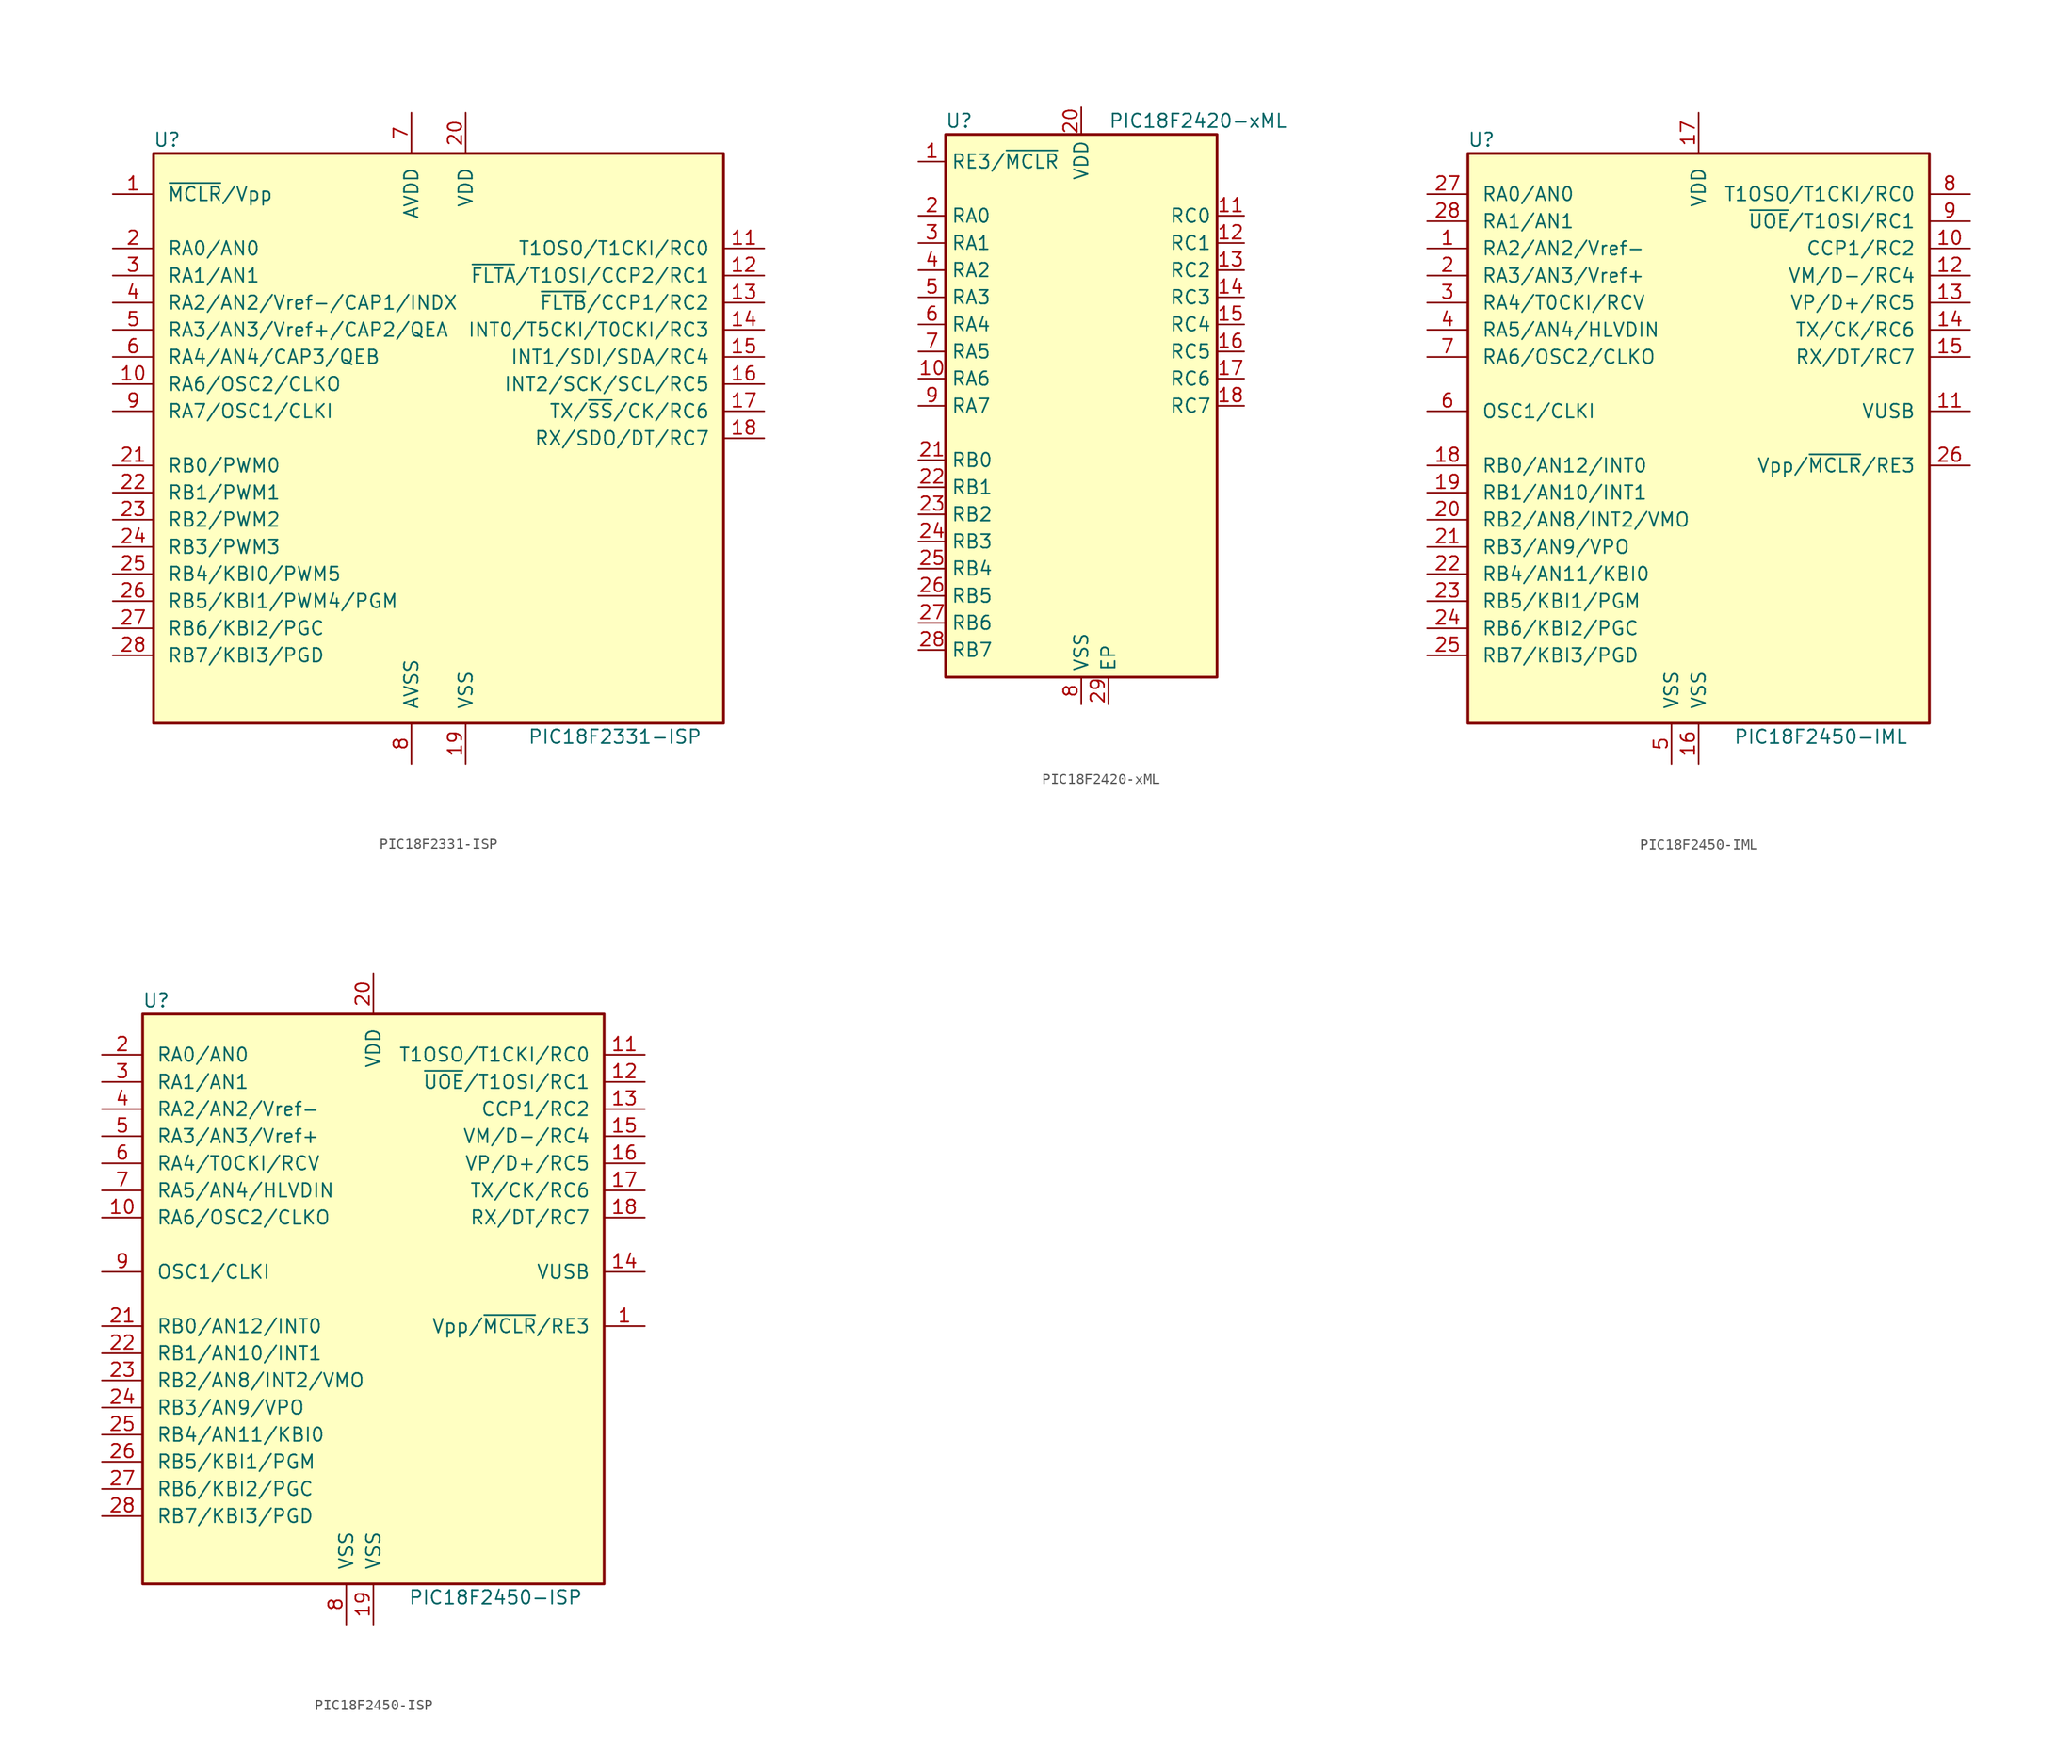
<source format=kicad_sym>
(kicad_symbol_lib
  (version 20211014)
  (generator kicad_symbol_editor)
  (symbol "PIC18F2331-ISP"
    (pin_names
      (offset 1.27))
    (property "Reference" "U"
      (at -25.4 27.94 0)
      (effects (font (size 1.27 1.27))))
    (property "Value" "PIC18F2331-ISP"
      (at 16.51 -27.94 0)
      (effects (font (size 1.27 1.27))))
    (symbol "PIC18F2331-ISP_0_1"
      (rectangle (start -26.67 26.67) (end 26.67 -26.67) (stroke (width 0.254) (type default) (color 0 0 0 0)) (fill (type background))))
    (symbol "PIC18F2331-ISP_1_1"
      (pin input line (at -30.48 22.86 0) (length 3.81) (name "~{MCLR}/Vpp" (effects (font (size 1.27 1.27)))) (number "1" (effects (font (size 1.27 1.27)))))
      (pin bidirectional line (at -30.48 5.08 0) (length 3.81) (name "RA6/OSC2/CLKO" (effects (font (size 1.27 1.27)))) (number "10" (effects (font (size 1.27 1.27)))))
      (pin bidirectional line (at 30.48 17.78 180) (length 3.81) (name "T1OSO/T1CKI/RC0" (effects (font (size 1.27 1.27)))) (number "11" (effects (font (size 1.27 1.27)))))
      (pin bidirectional line (at 30.48 15.24 180) (length 3.81) (name "~{FLTA}/T1OSI/CCP2/RC1" (effects (font (size 1.27 1.27)))) (number "12" (effects (font (size 1.27 1.27)))))
      (pin bidirectional line (at 30.48 12.7 180) (length 3.81) (name "~{FLTB}/CCP1/RC2" (effects (font (size 1.27 1.27)))) (number "13" (effects (font (size 1.27 1.27)))))
      (pin bidirectional line (at 30.48 10.16 180) (length 3.81) (name "INT0/T5CKI/T0CKI/RC3" (effects (font (size 1.27 1.27)))) (number "14" (effects (font (size 1.27 1.27)))))
      (pin bidirectional line (at 30.48 7.62 180) (length 3.81) (name "INT1/SDI/SDA/RC4" (effects (font (size 1.27 1.27)))) (number "15" (effects (font (size 1.27 1.27)))))
      (pin bidirectional line (at 30.48 5.08 180) (length 3.81) (name "INT2/SCK/SCL/RC5" (effects (font (size 1.27 1.27)))) (number "16" (effects (font (size 1.27 1.27)))))
      (pin bidirectional line (at 30.48 2.54 180) (length 3.81) (name "TX/~{SS}/CK/RC6" (effects (font (size 1.27 1.27)))) (number "17" (effects (font (size 1.27 1.27)))))
      (pin bidirectional line (at 30.48 0 180) (length 3.81) (name "RX/SDO/DT/RC7" (effects (font (size 1.27 1.27)))) (number "18" (effects (font (size 1.27 1.27)))))
      (pin power_in line (at 2.54 -30.48 90) (length 3.81) (name "VSS" (effects (font (size 1.27 1.27)))) (number "19" (effects (font (size 1.27 1.27)))))
      (pin bidirectional line (at -30.48 17.78 0) (length 3.81) (name "RA0/AN0" (effects (font (size 1.27 1.27)))) (number "2" (effects (font (size 1.27 1.27)))))
      (pin power_in line (at 2.54 30.48 270) (length 3.81) (name "VDD" (effects (font (size 1.27 1.27)))) (number "20" (effects (font (size 1.27 1.27)))))
      (pin bidirectional line (at -30.48 -2.54 0) (length 3.81) (name "RB0/PWM0" (effects (font (size 1.27 1.27)))) (number "21" (effects (font (size 1.27 1.27)))))
      (pin bidirectional line (at -30.48 -5.08 0) (length 3.81) (name "RB1/PWM1" (effects (font (size 1.27 1.27)))) (number "22" (effects (font (size 1.27 1.27)))))
      (pin bidirectional line (at -30.48 -7.62 0) (length 3.81) (name "RB2/PWM2" (effects (font (size 1.27 1.27)))) (number "23" (effects (font (size 1.27 1.27)))))
      (pin bidirectional line (at -30.48 -10.16 0) (length 3.81) (name "RB3/PWM3" (effects (font (size 1.27 1.27)))) (number "24" (effects (font (size 1.27 1.27)))))
      (pin bidirectional line (at -30.48 -12.7 0) (length 3.81) (name "RB4/KBI0/PWM5" (effects (font (size 1.27 1.27)))) (number "25" (effects (font (size 1.27 1.27)))))
      (pin bidirectional line (at -30.48 -15.24 0) (length 3.81) (name "RB5/KBI1/PWM4/PGM" (effects (font (size 1.27 1.27)))) (number "26" (effects (font (size 1.27 1.27)))))
      (pin bidirectional line (at -30.48 -17.78 0) (length 3.81) (name "RB6/KBI2/PGC" (effects (font (size 1.27 1.27)))) (number "27" (effects (font (size 1.27 1.27)))))
      (pin bidirectional line (at -30.48 -20.32 0) (length 3.81) (name "RB7/KBI3/PGD" (effects (font (size 1.27 1.27)))) (number "28" (effects (font (size 1.27 1.27)))))
      (pin bidirectional line (at -30.48 15.24 0) (length 3.81) (name "RA1/AN1" (effects (font (size 1.27 1.27)))) (number "3" (effects (font (size 1.27 1.27)))))
      (pin bidirectional line (at -30.48 12.7 0) (length 3.81) (name "RA2/AN2/Vref-/CAP1/INDX" (effects (font (size 1.27 1.27)))) (number "4" (effects (font (size 1.27 1.27)))))
      (pin bidirectional line (at -30.48 10.16 0) (length 3.81) (name "RA3/AN3/Vref+/CAP2/QEA" (effects (font (size 1.27 1.27)))) (number "5" (effects (font (size 1.27 1.27)))))
      (pin bidirectional line (at -30.48 7.62 0) (length 3.81) (name "RA4/AN4/CAP3/QEB" (effects (font (size 1.27 1.27)))) (number "6" (effects (font (size 1.27 1.27)))))
      (pin power_in line (at -2.54 30.48 270) (length 3.81) (name "AVDD" (effects (font (size 1.27 1.27)))) (number "7" (effects (font (size 1.27 1.27)))))
      (pin power_in line (at -2.54 -30.48 90) (length 3.81) (name "AVSS" (effects (font (size 1.27 1.27)))) (number "8" (effects (font (size 1.27 1.27)))))
      (pin bidirectional line (at -30.48 2.54 0) (length 3.81) (name "RA7/OSC1/CLKI" (effects (font (size 1.27 1.27)))) (number "9" (effects (font (size 1.27 1.27)))))))
  (symbol "PIC18F2420-xML"
    (property "Reference" "U"
      (at -11.43 26.67 0)
      (effects (font (size 1.27 1.27))))
    (property "Value" "PIC18F2420-xML"
      (at 2.54 26.67 0)
      (effects (font (size 1.27 1.27)) (justify left)))
    (symbol "PIC18F2420-xML_0_1"
      (rectangle (start -12.7 25.4) (end 12.7 -25.4) (stroke (width 0.254) (type default) (color 0 0 0 0)) (fill (type background))))
    (symbol "PIC18F2420-xML_1_1"
      (pin input line (at -15.24 22.86 0) (length 2.54) (name "RE3/~{MCLR}" (effects (font (size 1.27 1.27)))) (number "1" (effects (font (size 1.27 1.27)))))
      (pin bidirectional line (at -15.24 2.54 0) (length 2.54) (name "RA6" (effects (font (size 1.27 1.27)))) (number "10" (effects (font (size 1.27 1.27)))))
      (pin bidirectional line (at 15.24 17.78 180) (length 2.54) (name "RC0" (effects (font (size 1.27 1.27)))) (number "11" (effects (font (size 1.27 1.27)))))
      (pin bidirectional line (at 15.24 15.24 180) (length 2.54) (name "RC1" (effects (font (size 1.27 1.27)))) (number "12" (effects (font (size 1.27 1.27)))))
      (pin bidirectional line (at 15.24 12.7 180) (length 2.54) (name "RC2" (effects (font (size 1.27 1.27)))) (number "13" (effects (font (size 1.27 1.27)))))
      (pin bidirectional line (at 15.24 10.16 180) (length 2.54) (name "RC3" (effects (font (size 1.27 1.27)))) (number "14" (effects (font (size 1.27 1.27)))))
      (pin bidirectional line (at 15.24 7.62 180) (length 2.54) (name "RC4" (effects (font (size 1.27 1.27)))) (number "15" (effects (font (size 1.27 1.27)))))
      (pin bidirectional line (at 15.24 5.08 180) (length 2.54) (name "RC5" (effects (font (size 1.27 1.27)))) (number "16" (effects (font (size 1.27 1.27)))))
      (pin bidirectional line (at 15.24 2.54 180) (length 2.54) (name "RC6" (effects (font (size 1.27 1.27)))) (number "17" (effects (font (size 1.27 1.27)))))
      (pin bidirectional line (at 15.24 0 180) (length 2.54) (name "RC7" (effects (font (size 1.27 1.27)))) (number "18" (effects (font (size 1.27 1.27)))))
      (pin passive line (at 0 -27.94 90) (length 2.54) hide (name "VSS" (effects (font (size 1.27 1.27)))) (number "19" (effects (font (size 1.27 1.27)))))
      (pin bidirectional line (at -15.24 17.78 0) (length 2.54) (name "RA0" (effects (font (size 1.27 1.27)))) (number "2" (effects (font (size 1.27 1.27)))))
      (pin power_in line (at 0 27.94 270) (length 2.54) (name "VDD" (effects (font (size 1.27 1.27)))) (number "20" (effects (font (size 1.27 1.27)))))
      (pin bidirectional line (at -15.24 -5.08 0) (length 2.54) (name "RB0" (effects (font (size 1.27 1.27)))) (number "21" (effects (font (size 1.27 1.27)))))
      (pin bidirectional line (at -15.24 -7.62 0) (length 2.54) (name "RB1" (effects (font (size 1.27 1.27)))) (number "22" (effects (font (size 1.27 1.27)))))
      (pin bidirectional line (at -15.24 -10.16 0) (length 2.54) (name "RB2" (effects (font (size 1.27 1.27)))) (number "23" (effects (font (size 1.27 1.27)))))
      (pin bidirectional line (at -15.24 -12.7 0) (length 2.54) (name "RB3" (effects (font (size 1.27 1.27)))) (number "24" (effects (font (size 1.27 1.27)))))
      (pin bidirectional line (at -15.24 -15.24 0) (length 2.54) (name "RB4" (effects (font (size 1.27 1.27)))) (number "25" (effects (font (size 1.27 1.27)))))
      (pin bidirectional line (at -15.24 -17.78 0) (length 2.54) (name "RB5" (effects (font (size 1.27 1.27)))) (number "26" (effects (font (size 1.27 1.27)))))
      (pin bidirectional line (at -15.24 -20.32 0) (length 2.54) (name "RB6" (effects (font (size 1.27 1.27)))) (number "27" (effects (font (size 1.27 1.27)))))
      (pin bidirectional line (at -15.24 -22.86 0) (length 2.54) (name "RB7" (effects (font (size 1.27 1.27)))) (number "28" (effects (font (size 1.27 1.27)))))
      (pin passive line (at 2.54 -27.94 90) (length 2.54) (name "EP" (effects (font (size 1.27 1.27)))) (number "29" (effects (font (size 1.27 1.27)))))
      (pin bidirectional line (at -15.24 15.24 0) (length 2.54) (name "RA1" (effects (font (size 1.27 1.27)))) (number "3" (effects (font (size 1.27 1.27)))))
      (pin bidirectional line (at -15.24 12.7 0) (length 2.54) (name "RA2" (effects (font (size 1.27 1.27)))) (number "4" (effects (font (size 1.27 1.27)))))
      (pin bidirectional line (at -15.24 10.16 0) (length 2.54) (name "RA3" (effects (font (size 1.27 1.27)))) (number "5" (effects (font (size 1.27 1.27)))))
      (pin bidirectional line (at -15.24 7.62 0) (length 2.54) (name "RA4" (effects (font (size 1.27 1.27)))) (number "6" (effects (font (size 1.27 1.27)))))
      (pin bidirectional line (at -15.24 5.08 0) (length 2.54) (name "RA5" (effects (font (size 1.27 1.27)))) (number "7" (effects (font (size 1.27 1.27)))))
      (pin power_in line (at 0 -27.94 90) (length 2.54) (name "VSS" (effects (font (size 1.27 1.27)))) (number "8" (effects (font (size 1.27 1.27)))))
      (pin bidirectional line (at -15.24 0 0) (length 2.54) (name "RA7" (effects (font (size 1.27 1.27)))) (number "9" (effects (font (size 1.27 1.27)))))))
  (symbol "PIC18F2450-IML"
    (pin_names
      (offset 1.27))
    (property "Reference" "U"
      (at -20.32 27.94 0)
      (effects (font (size 1.27 1.27))))
    (property "Value" "PIC18F2450-IML"
      (at 11.43 -27.94 0)
      (effects (font (size 1.27 1.27))))
    (symbol "PIC18F2450-IML_0_1"
      (rectangle (start -21.59 26.67) (end 21.59 -26.67) (stroke (width 0.254) (type default) (color 0 0 0 0)) (fill (type background))))
    (symbol "PIC18F2450-IML_1_1"
      (pin bidirectional line (at -25.4 17.78 0) (length 3.81) (name "RA2/AN2/Vref-" (effects (font (size 1.27 1.27)))) (number "1" (effects (font (size 1.27 1.27)))))
      (pin bidirectional line (at 25.4 17.78 180) (length 3.81) (name "CCP1/RC2" (effects (font (size 1.27 1.27)))) (number "10" (effects (font (size 1.27 1.27)))))
      (pin bidirectional line (at 25.4 2.54 180) (length 3.81) (name "VUSB" (effects (font (size 1.27 1.27)))) (number "11" (effects (font (size 1.27 1.27)))))
      (pin bidirectional line (at 25.4 15.24 180) (length 3.81) (name "VM/D-/RC4" (effects (font (size 1.27 1.27)))) (number "12" (effects (font (size 1.27 1.27)))))
      (pin bidirectional line (at 25.4 12.7 180) (length 3.81) (name "VP/D+/RC5" (effects (font (size 1.27 1.27)))) (number "13" (effects (font (size 1.27 1.27)))))
      (pin bidirectional line (at 25.4 10.16 180) (length 3.81) (name "TX/CK/RC6" (effects (font (size 1.27 1.27)))) (number "14" (effects (font (size 1.27 1.27)))))
      (pin bidirectional line (at 25.4 7.62 180) (length 3.81) (name "RX/DT/RC7" (effects (font (size 1.27 1.27)))) (number "15" (effects (font (size 1.27 1.27)))))
      (pin power_in line (at 0 -30.48 90) (length 3.81) (name "VSS" (effects (font (size 1.27 1.27)))) (number "16" (effects (font (size 1.27 1.27)))))
      (pin power_in line (at 0 30.48 270) (length 3.81) (name "VDD" (effects (font (size 1.27 1.27)))) (number "17" (effects (font (size 1.27 1.27)))))
      (pin bidirectional line (at -25.4 -2.54 0) (length 3.81) (name "RB0/AN12/INT0" (effects (font (size 1.27 1.27)))) (number "18" (effects (font (size 1.27 1.27)))))
      (pin bidirectional line (at -25.4 -5.08 0) (length 3.81) (name "RB1/AN10/INT1" (effects (font (size 1.27 1.27)))) (number "19" (effects (font (size 1.27 1.27)))))
      (pin bidirectional line (at -25.4 15.24 0) (length 3.81) (name "RA3/AN3/Vref+" (effects (font (size 1.27 1.27)))) (number "2" (effects (font (size 1.27 1.27)))))
      (pin bidirectional line (at -25.4 -7.62 0) (length 3.81) (name "RB2/AN8/INT2/VMO" (effects (font (size 1.27 1.27)))) (number "20" (effects (font (size 1.27 1.27)))))
      (pin bidirectional line (at -25.4 -10.16 0) (length 3.81) (name "RB3/AN9/VPO" (effects (font (size 1.27 1.27)))) (number "21" (effects (font (size 1.27 1.27)))))
      (pin bidirectional line (at -25.4 -12.7 0) (length 3.81) (name "RB4/AN11/KBI0" (effects (font (size 1.27 1.27)))) (number "22" (effects (font (size 1.27 1.27)))))
      (pin bidirectional line (at -25.4 -15.24 0) (length 3.81) (name "RB5/KBI1/PGM" (effects (font (size 1.27 1.27)))) (number "23" (effects (font (size 1.27 1.27)))))
      (pin bidirectional line (at -25.4 -17.78 0) (length 3.81) (name "RB6/KBI2/PGC" (effects (font (size 1.27 1.27)))) (number "24" (effects (font (size 1.27 1.27)))))
      (pin bidirectional line (at -25.4 -20.32 0) (length 3.81) (name "RB7/KBI3/PGD" (effects (font (size 1.27 1.27)))) (number "25" (effects (font (size 1.27 1.27)))))
      (pin input line (at 25.4 -2.54 180) (length 3.81) (name "Vpp/~{MCLR}/RE3" (effects (font (size 1.27 1.27)))) (number "26" (effects (font (size 1.27 1.27)))))
      (pin bidirectional line (at -25.4 22.86 0) (length 3.81) (name "RA0/AN0" (effects (font (size 1.27 1.27)))) (number "27" (effects (font (size 1.27 1.27)))))
      (pin bidirectional line (at -25.4 20.32 0) (length 3.81) (name "RA1/AN1" (effects (font (size 1.27 1.27)))) (number "28" (effects (font (size 1.27 1.27)))))
      (pin bidirectional line (at -25.4 12.7 0) (length 3.81) (name "RA4/T0CKI/RCV" (effects (font (size 1.27 1.27)))) (number "3" (effects (font (size 1.27 1.27)))))
      (pin bidirectional line (at -25.4 10.16 0) (length 3.81) (name "RA5/AN4/HLVDIN" (effects (font (size 1.27 1.27)))) (number "4" (effects (font (size 1.27 1.27)))))
      (pin power_in line (at -2.54 -30.48 90) (length 3.81) (name "VSS" (effects (font (size 1.27 1.27)))) (number "5" (effects (font (size 1.27 1.27)))))
      (pin input line (at -25.4 2.54 0) (length 3.81) (name "OSC1/CLKI" (effects (font (size 1.27 1.27)))) (number "6" (effects (font (size 1.27 1.27)))))
      (pin output line (at -25.4 7.62 0) (length 3.81) (name "RA6/OSC2/CLKO" (effects (font (size 1.27 1.27)))) (number "7" (effects (font (size 1.27 1.27)))))
      (pin bidirectional line (at 25.4 22.86 180) (length 3.81) (name "T1OSO/T1CKI/RC0" (effects (font (size 1.27 1.27)))) (number "8" (effects (font (size 1.27 1.27)))))
      (pin bidirectional line (at 25.4 20.32 180) (length 3.81) (name "~{UOE}/T1OSI/RC1" (effects (font (size 1.27 1.27)))) (number "9" (effects (font (size 1.27 1.27)))))))
  (symbol "PIC18F2450-ISP"
    (pin_names
      (offset 1.27))
    (property "Reference" "U"
      (at -20.32 27.94 0)
      (effects (font (size 1.27 1.27))))
    (property "Value" "PIC18F2450-ISP"
      (at 11.43 -27.94 0)
      (effects (font (size 1.27 1.27))))
    (symbol "PIC18F2450-ISP_0_1"
      (rectangle (start -21.59 26.67) (end 21.59 -26.67) (stroke (width 0.254) (type default) (color 0 0 0 0)) (fill (type background))))
    (symbol "PIC18F2450-ISP_1_1"
      (pin input line (at 25.4 -2.54 180) (length 3.81) (name "Vpp/~{MCLR}/RE3" (effects (font (size 1.27 1.27)))) (number "1" (effects (font (size 1.27 1.27)))))
      (pin output line (at -25.4 7.62 0) (length 3.81) (name "RA6/OSC2/CLKO" (effects (font (size 1.27 1.27)))) (number "10" (effects (font (size 1.27 1.27)))))
      (pin bidirectional line (at 25.4 22.86 180) (length 3.81) (name "T1OSO/T1CKI/RC0" (effects (font (size 1.27 1.27)))) (number "11" (effects (font (size 1.27 1.27)))))
      (pin bidirectional line (at 25.4 20.32 180) (length 3.81) (name "~{UOE}/T1OSI/RC1" (effects (font (size 1.27 1.27)))) (number "12" (effects (font (size 1.27 1.27)))))
      (pin bidirectional line (at 25.4 17.78 180) (length 3.81) (name "CCP1/RC2" (effects (font (size 1.27 1.27)))) (number "13" (effects (font (size 1.27 1.27)))))
      (pin bidirectional line (at 25.4 2.54 180) (length 3.81) (name "VUSB" (effects (font (size 1.27 1.27)))) (number "14" (effects (font (size 1.27 1.27)))))
      (pin bidirectional line (at 25.4 15.24 180) (length 3.81) (name "VM/D-/RC4" (effects (font (size 1.27 1.27)))) (number "15" (effects (font (size 1.27 1.27)))))
      (pin bidirectional line (at 25.4 12.7 180) (length 3.81) (name "VP/D+/RC5" (effects (font (size 1.27 1.27)))) (number "16" (effects (font (size 1.27 1.27)))))
      (pin bidirectional line (at 25.4 10.16 180) (length 3.81) (name "TX/CK/RC6" (effects (font (size 1.27 1.27)))) (number "17" (effects (font (size 1.27 1.27)))))
      (pin bidirectional line (at 25.4 7.62 180) (length 3.81) (name "RX/DT/RC7" (effects (font (size 1.27 1.27)))) (number "18" (effects (font (size 1.27 1.27)))))
      (pin power_in line (at 0 -30.48 90) (length 3.81) (name "VSS" (effects (font (size 1.27 1.27)))) (number "19" (effects (font (size 1.27 1.27)))))
      (pin bidirectional line (at -25.4 22.86 0) (length 3.81) (name "RA0/AN0" (effects (font (size 1.27 1.27)))) (number "2" (effects (font (size 1.27 1.27)))))
      (pin power_in line (at 0 30.48 270) (length 3.81) (name "VDD" (effects (font (size 1.27 1.27)))) (number "20" (effects (font (size 1.27 1.27)))))
      (pin bidirectional line (at -25.4 -2.54 0) (length 3.81) (name "RB0/AN12/INT0" (effects (font (size 1.27 1.27)))) (number "21" (effects (font (size 1.27 1.27)))))
      (pin bidirectional line (at -25.4 -5.08 0) (length 3.81) (name "RB1/AN10/INT1" (effects (font (size 1.27 1.27)))) (number "22" (effects (font (size 1.27 1.27)))))
      (pin bidirectional line (at -25.4 -7.62 0) (length 3.81) (name "RB2/AN8/INT2/VMO" (effects (font (size 1.27 1.27)))) (number "23" (effects (font (size 1.27 1.27)))))
      (pin bidirectional line (at -25.4 -10.16 0) (length 3.81) (name "RB3/AN9/VPO" (effects (font (size 1.27 1.27)))) (number "24" (effects (font (size 1.27 1.27)))))
      (pin bidirectional line (at -25.4 -12.7 0) (length 3.81) (name "RB4/AN11/KBI0" (effects (font (size 1.27 1.27)))) (number "25" (effects (font (size 1.27 1.27)))))
      (pin bidirectional line (at -25.4 -15.24 0) (length 3.81) (name "RB5/KBI1/PGM" (effects (font (size 1.27 1.27)))) (number "26" (effects (font (size 1.27 1.27)))))
      (pin bidirectional line (at -25.4 -17.78 0) (length 3.81) (name "RB6/KBI2/PGC" (effects (font (size 1.27 1.27)))) (number "27" (effects (font (size 1.27 1.27)))))
      (pin bidirectional line (at -25.4 -20.32 0) (length 3.81) (name "RB7/KBI3/PGD" (effects (font (size 1.27 1.27)))) (number "28" (effects (font (size 1.27 1.27)))))
      (pin bidirectional line (at -25.4 20.32 0) (length 3.81) (name "RA1/AN1" (effects (font (size 1.27 1.27)))) (number "3" (effects (font (size 1.27 1.27)))))
      (pin bidirectional line (at -25.4 17.78 0) (length 3.81) (name "RA2/AN2/Vref-" (effects (font (size 1.27 1.27)))) (number "4" (effects (font (size 1.27 1.27)))))
      (pin bidirectional line (at -25.4 15.24 0) (length 3.81) (name "RA3/AN3/Vref+" (effects (font (size 1.27 1.27)))) (number "5" (effects (font (size 1.27 1.27)))))
      (pin bidirectional line (at -25.4 12.7 0) (length 3.81) (name "RA4/T0CKI/RCV" (effects (font (size 1.27 1.27)))) (number "6" (effects (font (size 1.27 1.27)))))
      (pin bidirectional line (at -25.4 10.16 0) (length 3.81) (name "RA5/AN4/HLVDIN" (effects (font (size 1.27 1.27)))) (number "7" (effects (font (size 1.27 1.27)))))
      (pin power_in line (at -2.54 -30.48 90) (length 3.81) (name "VSS" (effects (font (size 1.27 1.27)))) (number "8" (effects (font (size 1.27 1.27)))))
      (pin input line (at -25.4 2.54 0) (length 3.81) (name "OSC1/CLKI" (effects (font (size 1.27 1.27)))) (number "9" (effects (font (size 1.27 1.27))))))))
</source>
